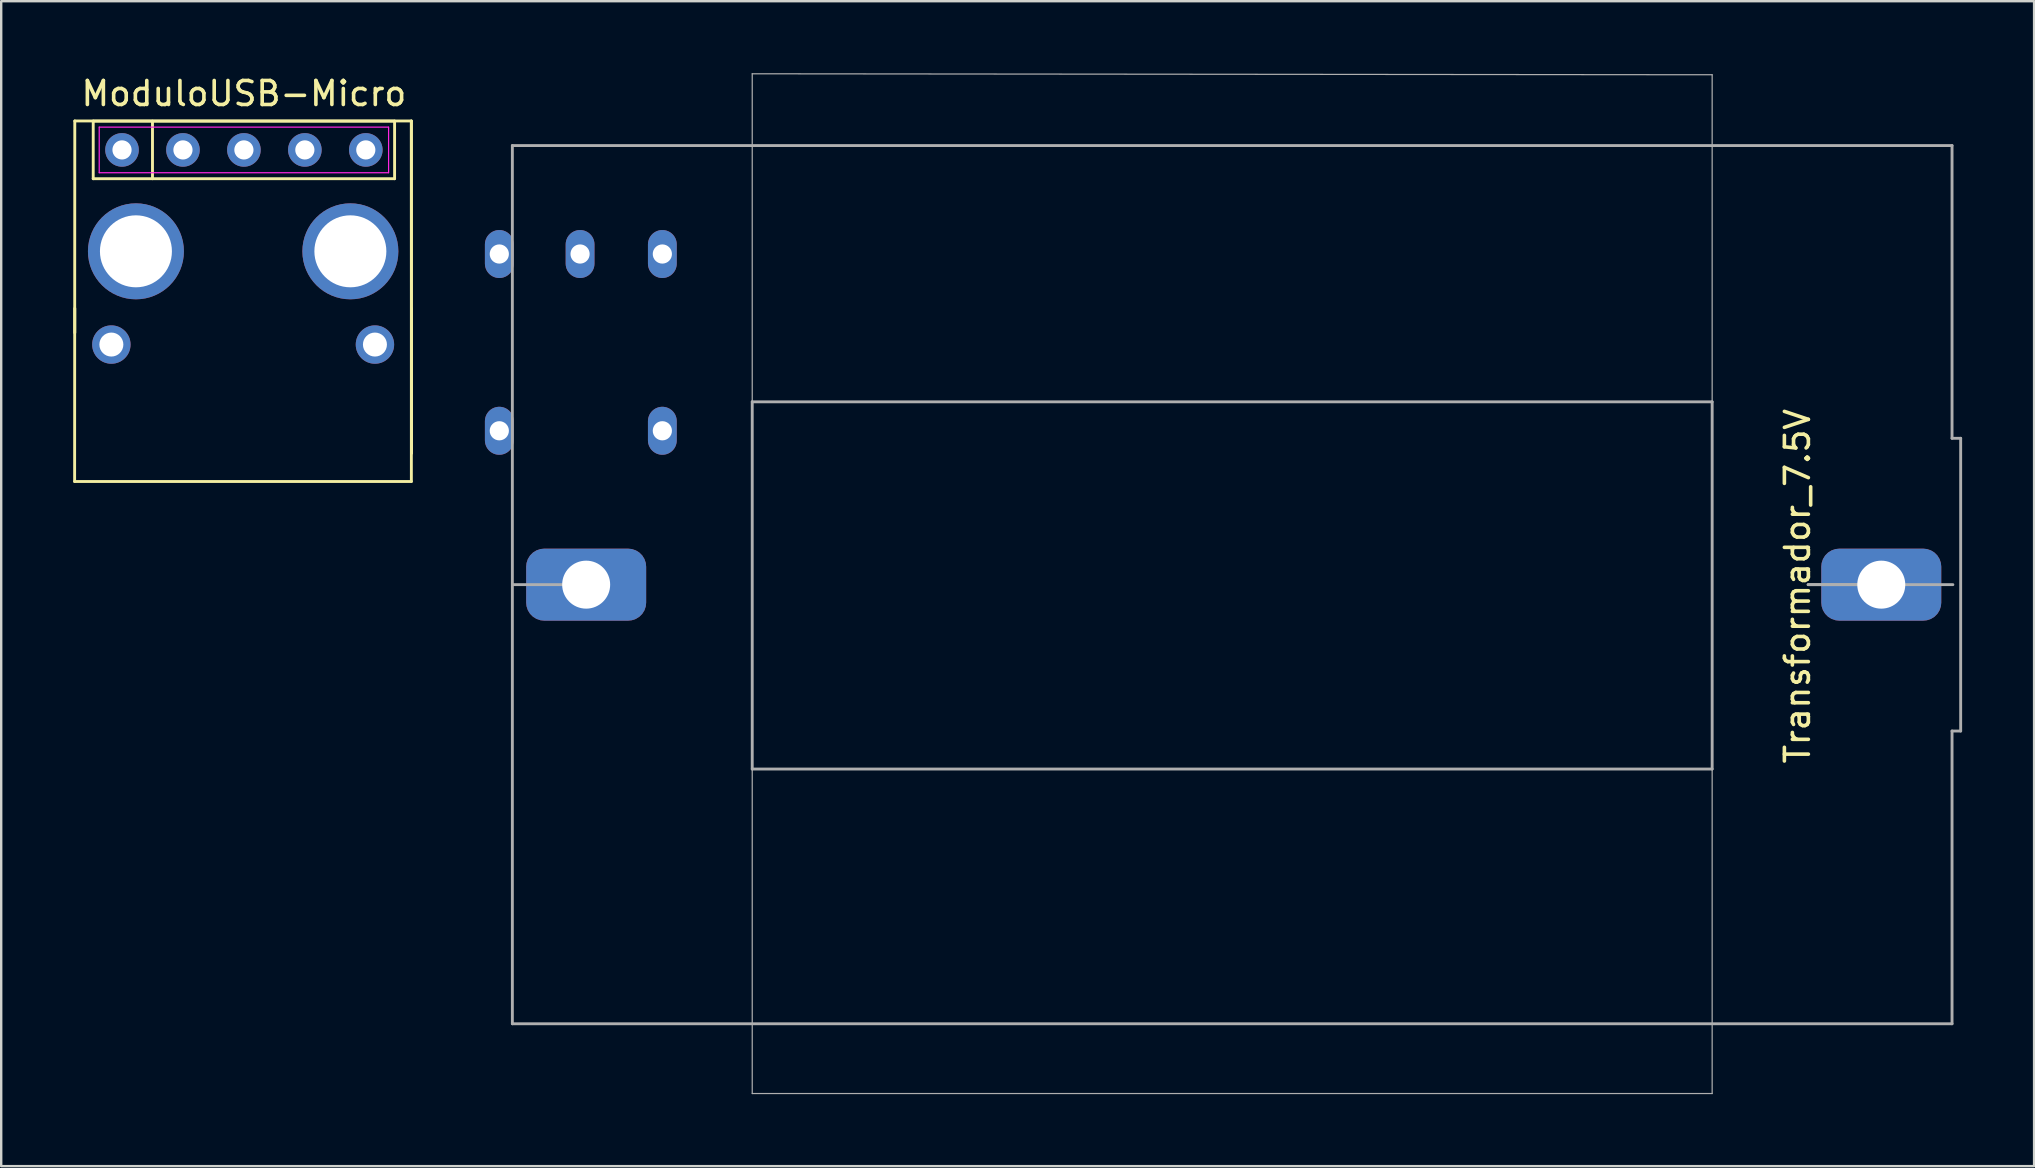
<source format=kicad_pcb>
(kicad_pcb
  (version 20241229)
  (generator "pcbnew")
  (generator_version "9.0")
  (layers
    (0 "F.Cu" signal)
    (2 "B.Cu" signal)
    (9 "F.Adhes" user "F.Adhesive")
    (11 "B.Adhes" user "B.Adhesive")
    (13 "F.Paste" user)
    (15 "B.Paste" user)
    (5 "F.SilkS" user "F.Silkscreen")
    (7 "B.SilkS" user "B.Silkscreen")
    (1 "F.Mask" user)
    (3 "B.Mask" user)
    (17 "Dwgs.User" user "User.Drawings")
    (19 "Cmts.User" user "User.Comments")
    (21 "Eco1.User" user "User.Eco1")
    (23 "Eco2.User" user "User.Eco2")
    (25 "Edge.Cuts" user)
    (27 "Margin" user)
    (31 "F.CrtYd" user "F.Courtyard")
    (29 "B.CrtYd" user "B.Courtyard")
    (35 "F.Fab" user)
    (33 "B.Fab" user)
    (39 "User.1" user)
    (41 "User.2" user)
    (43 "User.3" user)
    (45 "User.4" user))
  (footprint "ModuloUSB-Micro"
    (layer "F.Cu")
    (at 7.115 3.198)
    (property "Reference" "ModuloUSB-Micro" (at 0 -2.349 0) (layer "F.SilkS") (effects (font (size 1 1) (thickness 0.15))))
    (attr through_hole)
    (fp_line (start -7.055 13.818) (end -7.048 -1.206) (stroke (width 0.12) (type solid)) (layer "F.SilkS"))
    (fp_line (start -7.048 -1.206) (end 6.979 -1.206) (stroke (width 0.12) (type solid)) (layer "F.SilkS"))
    (fp_line (start -7.048 7.62) (end -7.048 6.604) (stroke (width 0.12) (type solid)) (layer "F.SilkS"))
    (fp_line (start -6.28 -1.2) (end 6.28 -1.2) (stroke (width 0.12) (type solid)) (layer "F.SilkS"))
    (fp_line (start -6.28 1.2) (end -6.28 -1.2) (stroke (width 0.12) (type solid)) (layer "F.SilkS"))
    (fp_line (start -3.81 -1.2) (end -3.81 1.2) (stroke (width 0.12) (type solid)) (layer "F.SilkS"))
    (fp_line (start 6.28 -1.2) (end 6.28 1.2) (stroke (width 0.12) (type solid)) (layer "F.SilkS"))
    (fp_line (start 6.28 1.2) (end -6.28 1.2) (stroke (width 0.12) (type solid)) (layer "F.SilkS"))
    (fp_line (start 6.979 -1.206) (end 6.979 13.818) (stroke (width 0.12) (type solid)) (layer "F.SilkS"))
    (fp_line (start 6.979 -1.2) (end 6.985 12.636) (stroke (width 0.12) (type solid)) (layer "F.SilkS"))
    (fp_line (start 6.979 13.818) (end -7.055 13.818) (stroke (width 0.12) (type solid)) (layer "F.SilkS"))
    (fp_line (start 6.985 7.62) (end 6.985 6.604) (stroke (width 0.12) (type solid)) (layer "F.SilkS"))
    (fp_line (start 6.985 12.636) (end 6.985 7.62) (stroke (width 0.12) (type solid)) (layer "F.SilkS"))
    (fp_line (start -6.03 -0.95) (end 6.03 -0.95) (stroke (width 0.05) (type solid)) (layer "F.CrtYd"))
    (fp_line (start -6.03 0.95) (end -6.03 -0.95) (stroke (width 0.05) (type solid)) (layer "F.CrtYd"))
    (fp_line (start 6.03 -0.95) (end 6.03 0.95) (stroke (width 0.05) (type solid)) (layer "F.CrtYd"))
    (fp_line (start 6.03 0.95) (end -6.03 0.95) (stroke (width 0.05) (type solid)) (layer "F.CrtYd"))
    (fp_line (start -5.524 4.826) (end -4 4.826) (stroke (width 0.12) (type solid)) (layer "F.Fab"))
    (fp_line (start 5.461 4.826) (end 3.937 4.826) (stroke (width 0.12) (type solid)) (layer "F.Fab"))
    (pad "" thru_hole circle (at -4.5 4.226) (size 4 4) (drill 3) (layers "*.Cu" "*.Mask"))
    (pad "" thru_hole circle (at 4.437 4.226) (size 4 4) (drill 3) (layers "*.Cu" "*.Mask"))
    (pad "1" thru_hole circle (at -5.08 0) (size 1.4 1.4) (drill 0.8) (layers "*.Cu" "*.Mask"))
    (pad "2" thru_hole circle (at -2.54 0) (size 1.4 1.4) (drill 0.8) (layers "*.Cu" "*.Mask"))
    (pad "3" thru_hole circle (at 0 0) (size 1.4 1.4) (drill 0.8) (layers "*.Cu" "*.Mask"))
    (pad "4" thru_hole circle (at 2.54 0) (size 1.4 1.4) (drill 0.8) (layers "*.Cu" "*.Mask"))
    (pad "5" thru_hole circle (at 5.08 0) (size 1.4 1.4) (drill 0.8) (layers "*.Cu" "*.Mask"))
    (pad "8" thru_hole circle (at 5.461 8.112) (size 1.6 1.6) (drill 1) (layers "*.Cu" "*.Mask"))
    (pad "9" thru_hole circle (at -5.524 8.112) (size 1.6 1.6) (drill 1) (layers "*.Cu" "*.Mask")))
  (footprint "Transformador_7.5V"
    (layer "F.Cu")
    (at 48.303 21.316)
    (property "Reference" "Transformador_7.5V" (at 23.558 0.064 90) (layer "F.SilkS") (effects (font (size 1 1) (thickness 0.15))))
    (attr through_hole)
    (fp_line (start -30 -18.3) (end 30 -18.3) (stroke (width 0.12) (type solid)) (layer "F.Fab"))
    (fp_line (start -30 18.3) (end -30 -18.3) (stroke (width 0.12) (type solid)) (layer "F.Fab"))
    (fp_line (start -29.972 0) (end -26.924 0) (stroke (width 0.12) (type solid)) (layer "F.Fab"))
    (fp_line (start -26.924 0) (end -26.924 -0.381) (stroke (width 0.12) (type solid)) (layer "F.Fab"))
    (fp_line (start -20.003 -21.291) (end 20.003 -21.25) (stroke (width 0.05) (type solid)) (layer "F.Fab"))
    (fp_line (start -20.003 -7.62) (end -20.003 7.684) (stroke (width 0.12) (type solid)) (layer "F.Fab"))
    (fp_line (start -20.003 7.684) (end 20.003 7.684) (stroke (width 0.12) (type solid)) (layer "F.Fab"))
    (fp_line (start -20.003 21.209) (end -20.003 -21.291) (stroke (width 0.05) (type solid)) (layer "F.Fab"))
    (fp_line (start 20.003 -21.25) (end 20.003 21.209) (stroke (width 0.05) (type solid)) (layer "F.Fab"))
    (fp_line (start 20.003 -7.62) (end -20.003 -7.62) (stroke (width 0.12) (type solid)) (layer "F.Fab"))
    (fp_line (start 20.003 7.684) (end 20.003 -7.62) (stroke (width 0.12) (type solid)) (layer "F.Fab"))
    (fp_line (start 20.003 21.209) (end -20.003 21.209) (stroke (width 0.05) (type solid)) (layer "F.Fab"))
    (fp_line (start 24.003 0) (end 27.051 0) (stroke (width 0.12) (type solid)) (layer "F.Fab"))
    (fp_line (start 27.051 -0.508) (end 27.051 0.508) (stroke (width 0.12) (type solid)) (layer "F.Fab"))
    (fp_line (start 30 -18.3) (end 30 -6.1) (stroke (width 0.12) (type solid)) (layer "F.Fab"))
    (fp_line (start 30 -6.1) (end 30.36 -6.1) (stroke (width 0.12) (type solid)) (layer "F.Fab"))
    (fp_line (start 30 6.1) (end 30 18.3) (stroke (width 0.12) (type solid)) (layer "F.Fab"))
    (fp_line (start 30 18.3) (end -30 18.3) (stroke (width 0.12) (type solid)) (layer "F.Fab"))
    (fp_line (start 30.035 0) (end 24.003 0) (stroke (width 0.12) (type solid)) (layer "F.Fab"))
    (fp_line (start 30.36 -6.1) (end 30.36 6.1) (stroke (width 0.12) (type solid)) (layer "F.Fab"))
    (fp_line (start 30.36 6.1) (end 30 6.1) (stroke (width 0.12) (type solid)) (layer "F.Fab"))
    (pad "1" thru_hole oval (at -30.544 -6.413) (size 1.2 2) (drill 0.8) (layers "*.Cu" "*.Mask"))
    (pad "3" thru_hole oval (at -23.749 -6.413) (size 1.2 2) (drill 0.8) (layers "*.Cu" "*.Mask"))
    (pad "4" thru_hole oval (at -23.749 -13.78) (size 1.2 2) (drill 0.8) (layers "*.Cu" "*.Mask"))
    (pad "5" thru_hole oval (at -27.178 -13.78) (size 1.2 2) (drill 0.8) (layers "*.Cu" "*.Mask"))
    (pad "6" thru_hole oval (at -30.544 -13.78) (size 1.2 2) (drill 0.8) (layers "*.Cu" "*.Mask"))
    (pad "7" thru_hole roundrect (at 27.051 0) (size 5 3) (drill oval 2) (layers "*.Cu" "*.Mask") (roundrect_rratio 0.25))
    (pad "8" thru_hole roundrect (at -26.924 0) (size 5 3) (drill oval 2) (layers "*.Cu" "*.Mask") (roundrect_rratio 0.25)))
  (gr_rect
    (start -3 -3)
    (end 81.723 45.55)
    (stroke (width 0.1) (type default))
    (fill no)
    (layer "Edge.Cuts")))
</source>
